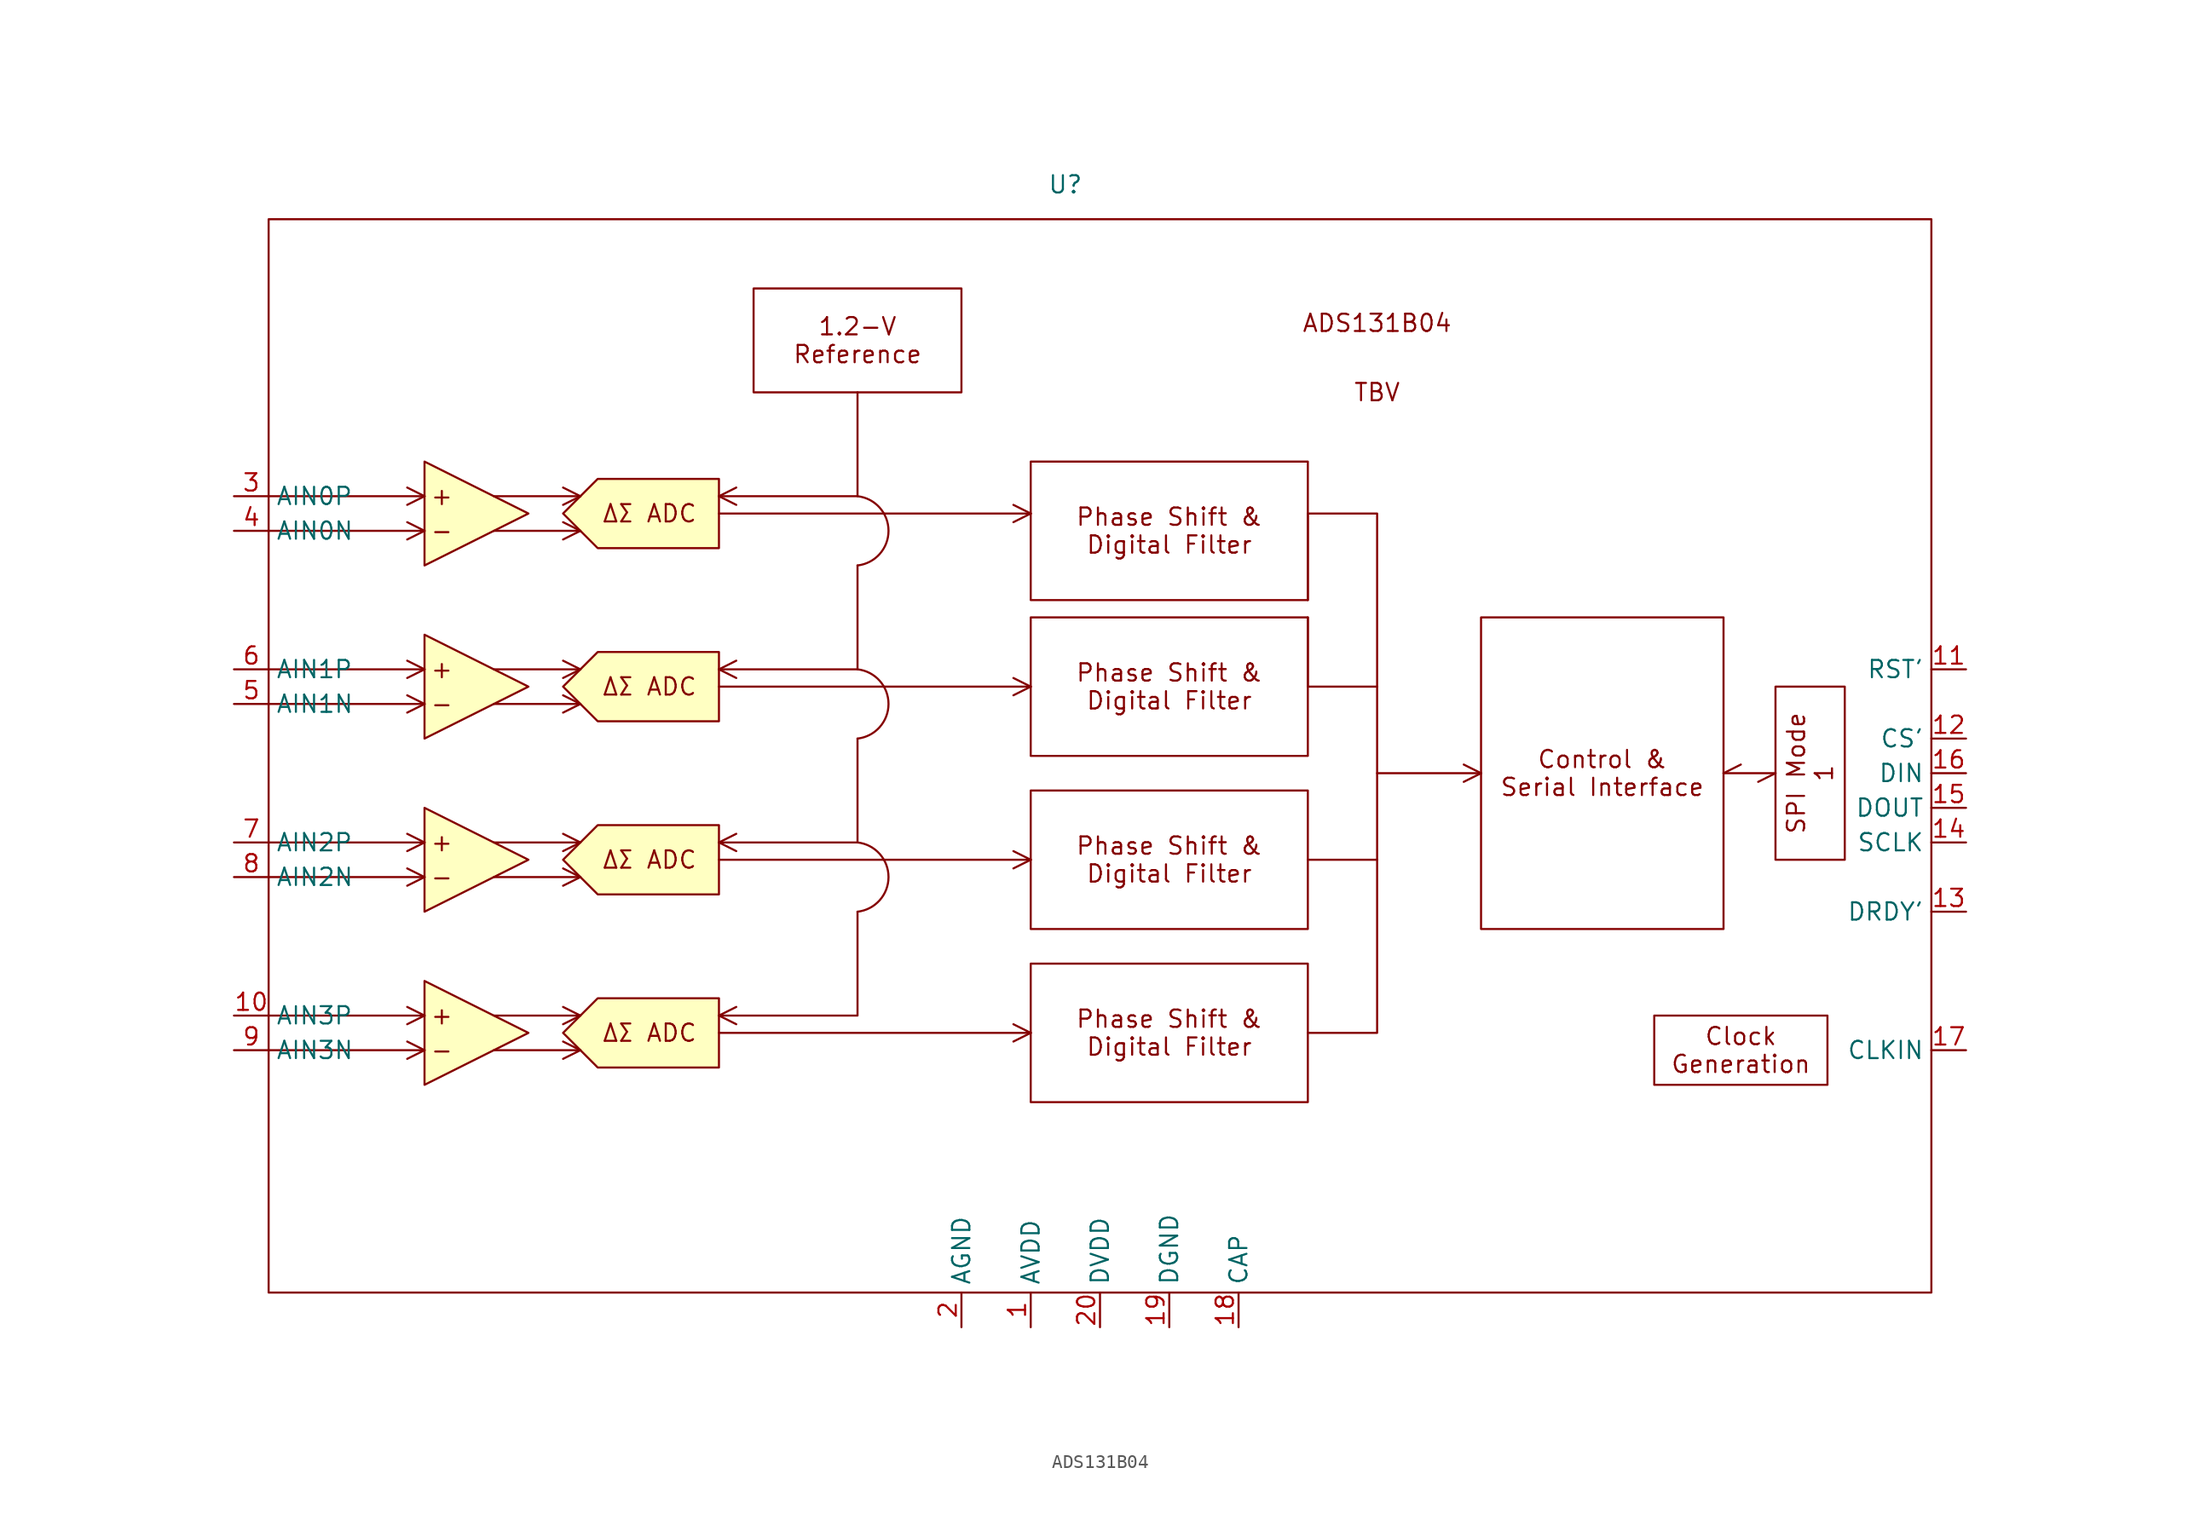
<source format=kicad_sym>
(kicad_symbol_lib
  (version 20220914)
  (generator kicad_symbol_editor)
  (symbol "ADS131B04"
    (property "Reference" "U"
      (at 30.48 30.48 0)
      (effects (font (size 1.27 1.27))))
    (property "Value" ""
      (at 91.44 -15.24 0)
      (effects (font (size 1.27 1.27))))
    (symbol "ADS131B04_0_1"
      (polyline (pts (xy 48.26 -31.75) (xy 53.34 -31.75) (xy 53.34 -19.05)) (stroke (width 0) (type default)) (fill (type none)))
      (polyline (pts (xy 48.26 -19.05) (xy 53.34 -19.05) (xy 53.34 -6.35)) (stroke (width 0) (type default)) (fill (type none))))
    (symbol "ADS131B04_1_1"
      (rectangle (start -27.94 27.94) (end 93.98 -50.8) (stroke (width 0) (type default)) (fill (type none)))
      (polyline (pts (xy -27.94 -33.02) (xy -16.51 -33.02)) (stroke (width 0) (type default)) (fill (type none)))
      (polyline (pts (xy -27.94 -30.48) (xy -16.51 -30.48)) (stroke (width 0) (type default)) (fill (type none)))
      (polyline (pts (xy -27.94 -20.32) (xy -16.51 -20.32)) (stroke (width 0) (type default)) (fill (type none)))
      (polyline (pts (xy -27.94 -17.78) (xy -16.51 -17.78)) (stroke (width 0) (type default)) (fill (type none)))
      (polyline (pts (xy -27.94 -7.62) (xy -16.51 -7.62)) (stroke (width 0) (type default)) (fill (type none)))
      (polyline (pts (xy -27.94 -5.08) (xy -16.51 -5.08)) (stroke (width 0) (type default)) (fill (type none)))
      (polyline (pts (xy -27.94 5.08) (xy -16.51 5.08)) (stroke (width 0) (type default)) (fill (type none)))
      (polyline (pts (xy -27.94 7.62) (xy -16.51 7.62)) (stroke (width 0) (type default)) (fill (type none)))
      (polyline (pts (xy -16.51 -33.02) (xy -17.78 -33.655)) (stroke (width 0) (type default)) (fill (type color) (color 0 0 0 0)))
      (polyline (pts (xy -16.51 -33.02) (xy -17.78 -32.385)) (stroke (width 0) (type default)) (fill (type color) (color 0 0 0 0)))
      (polyline (pts (xy -16.51 -30.48) (xy -17.78 -31.115)) (stroke (width 0) (type default)) (fill (type color) (color 0 0 0 0)))
      (polyline (pts (xy -16.51 -30.48) (xy -17.78 -29.845)) (stroke (width 0) (type default)) (fill (type color) (color 0 0 0 0)))
      (polyline (pts (xy -16.51 -20.32) (xy -17.78 -20.955)) (stroke (width 0) (type default)) (fill (type color) (color 0 0 0 0)))
      (polyline (pts (xy -16.51 -20.32) (xy -17.78 -19.685)) (stroke (width 0) (type default)) (fill (type color) (color 0 0 0 0)))
      (polyline (pts (xy -16.51 -17.78) (xy -17.78 -18.415)) (stroke (width 0) (type default)) (fill (type color) (color 0 0 0 0)))
      (polyline (pts (xy -16.51 -17.78) (xy -17.78 -17.145)) (stroke (width 0) (type default)) (fill (type color) (color 0 0 0 0)))
      (polyline (pts (xy -16.51 -7.62) (xy -17.78 -8.255)) (stroke (width 0) (type default)) (fill (type color) (color 0 0 0 0)))
      (polyline (pts (xy -16.51 -7.62) (xy -17.78 -6.985)) (stroke (width 0) (type default)) (fill (type color) (color 0 0 0 0)))
      (polyline (pts (xy -16.51 -5.08) (xy -17.78 -5.715)) (stroke (width 0) (type default)) (fill (type color) (color 0 0 0 0)))
      (polyline (pts (xy -16.51 -5.08) (xy -17.78 -4.445)) (stroke (width 0) (type default)) (fill (type color) (color 0 0 0 0)))
      (polyline (pts (xy -16.51 5.08) (xy -17.78 4.445)) (stroke (width 0) (type default)) (fill (type color) (color 0 0 0 0)))
      (polyline (pts (xy -16.51 5.08) (xy -17.78 5.715)) (stroke (width 0) (type default)) (fill (type color) (color 0 0 0 0)))
      (polyline (pts (xy -16.51 7.62) (xy -17.78 6.985)) (stroke (width 0) (type default)) (fill (type color) (color 0 0 0 0)))
      (polyline (pts (xy -16.51 7.62) (xy -17.78 8.255)) (stroke (width 0) (type default)) (fill (type color) (color 0 0 0 0)))
      (polyline (pts (xy -11.43 -33.02) (xy -5.08 -33.02)) (stroke (width 0) (type default)) (fill (type none)))
      (polyline (pts (xy -11.43 -30.48) (xy -5.08 -30.48)) (stroke (width 0) (type default)) (fill (type none)))
      (polyline (pts (xy -11.43 -20.32) (xy -5.08 -20.32)) (stroke (width 0) (type default)) (fill (type none)))
      (polyline (pts (xy -11.43 -17.78) (xy -5.08 -17.78)) (stroke (width 0) (type default)) (fill (type none)))
      (polyline (pts (xy -11.43 -7.62) (xy -5.08 -7.62)) (stroke (width 0) (type default)) (fill (type none)))
      (polyline (pts (xy -11.43 -5.08) (xy -5.08 -5.08)) (stroke (width 0) (type default)) (fill (type none)))
      (polyline (pts (xy -11.43 5.08) (xy -5.08 5.08)) (stroke (width 0) (type default)) (fill (type none)))
      (polyline (pts (xy -11.43 7.62) (xy -5.08 7.62)) (stroke (width 0) (type default)) (fill (type none)))
      (polyline (pts (xy -5.08 -33.02) (xy -6.35 -33.655)) (stroke (width 0) (type default)) (fill (type color) (color 0 0 0 0)))
      (polyline (pts (xy -5.08 -33.02) (xy -6.35 -32.385)) (stroke (width 0) (type default)) (fill (type color) (color 0 0 0 0)))
      (polyline (pts (xy -5.08 -30.48) (xy -6.35 -31.115)) (stroke (width 0) (type default)) (fill (type color) (color 0 0 0 0)))
      (polyline (pts (xy -5.08 -30.48) (xy -6.35 -29.845)) (stroke (width 0) (type default)) (fill (type color) (color 0 0 0 0)))
      (polyline (pts (xy -5.08 -20.32) (xy -6.35 -20.955)) (stroke (width 0) (type default)) (fill (type color) (color 0 0 0 0)))
      (polyline (pts (xy -5.08 -20.32) (xy -6.35 -19.685)) (stroke (width 0) (type default)) (fill (type color) (color 0 0 0 0)))
      (polyline (pts (xy -5.08 -17.78) (xy -6.35 -18.415)) (stroke (width 0) (type default)) (fill (type color) (color 0 0 0 0)))
      (polyline (pts (xy -5.08 -17.78) (xy -6.35 -17.145)) (stroke (width 0) (type default)) (fill (type color) (color 0 0 0 0)))
      (polyline (pts (xy -5.08 -7.62) (xy -6.35 -8.255)) (stroke (width 0) (type default)) (fill (type color) (color 0 0 0 0)))
      (polyline (pts (xy -5.08 -7.62) (xy -6.35 -6.985)) (stroke (width 0) (type default)) (fill (type color) (color 0 0 0 0)))
      (polyline (pts (xy -5.08 -5.08) (xy -6.35 -5.715)) (stroke (width 0) (type default)) (fill (type color) (color 0 0 0 0)))
      (polyline (pts (xy -5.08 -5.08) (xy -6.35 -4.445)) (stroke (width 0) (type default)) (fill (type color) (color 0 0 0 0)))
      (polyline (pts (xy -5.08 5.08) (xy -6.35 4.445)) (stroke (width 0) (type default)) (fill (type color) (color 0 0 0 0)))
      (polyline (pts (xy -5.08 5.08) (xy -6.35 5.715)) (stroke (width 0) (type default)) (fill (type color) (color 0 0 0 0)))
      (polyline (pts (xy -5.08 7.62) (xy -6.35 6.985)) (stroke (width 0) (type default)) (fill (type color) (color 0 0 0 0)))
      (polyline (pts (xy -5.08 7.62) (xy -6.35 8.255)) (stroke (width 0) (type default)) (fill (type color) (color 0 0 0 0)))
      (polyline (pts (xy 5.08 -31.75) (xy 27.94 -31.75)) (stroke (width 0) (type default)) (fill (type color) (color 0 0 0 0)))
      (polyline (pts (xy 5.08 -30.48) (xy 6.35 -31.115)) (stroke (width 0) (type default)) (fill (type color) (color 0 0 0 0)))
      (polyline (pts (xy 5.08 -30.48) (xy 6.35 -29.845)) (stroke (width 0) (type default)) (fill (type color) (color 0 0 0 0)))
      (polyline (pts (xy 5.08 -19.05) (xy 27.94 -19.05)) (stroke (width 0) (type default)) (fill (type color) (color 0 0 0 0)))
      (polyline (pts (xy 5.08 -17.78) (xy 6.35 -18.415)) (stroke (width 0) (type default)) (fill (type color) (color 0 0 0 0)))
      (polyline (pts (xy 5.08 -17.78) (xy 6.35 -17.145)) (stroke (width 0) (type default)) (fill (type color) (color 0 0 0 0)))
      (polyline (pts (xy 5.08 -6.35) (xy 27.94 -6.35)) (stroke (width 0) (type default)) (fill (type color) (color 0 0 0 0)))
      (polyline (pts (xy 5.08 -5.08) (xy 6.35 -5.715)) (stroke (width 0) (type default)) (fill (type color) (color 0 0 0 0)))
      (polyline (pts (xy 5.08 -5.08) (xy 6.35 -4.445)) (stroke (width 0) (type default)) (fill (type color) (color 0 0 0 0)))
      (polyline (pts (xy 5.08 6.35) (xy 27.94 6.35)) (stroke (width 0) (type default)) (fill (type color) (color 0 0 0 0)))
      (polyline (pts (xy 5.08 7.62) (xy 6.35 6.985)) (stroke (width 0) (type default)) (fill (type color) (color 0 0 0 0)))
      (polyline (pts (xy 5.08 7.62) (xy 6.35 8.255)) (stroke (width 0) (type default)) (fill (type color) (color 0 0 0 0)))
      (polyline (pts (xy 27.94 -31.75) (xy 26.67 -32.385)) (stroke (width 0) (type default)) (fill (type color) (color 0 0 0 0)))
      (polyline (pts (xy 27.94 -31.75) (xy 26.67 -31.115)) (stroke (width 0) (type default)) (fill (type color) (color 0 0 0 0)))
      (polyline (pts (xy 27.94 -19.05) (xy 26.67 -19.685)) (stroke (width 0) (type default)) (fill (type color) (color 0 0 0 0)))
      (polyline (pts (xy 27.94 -19.05) (xy 26.67 -18.415)) (stroke (width 0) (type default)) (fill (type color) (color 0 0 0 0)))
      (polyline (pts (xy 27.94 -6.35) (xy 26.67 -6.985)) (stroke (width 0) (type default)) (fill (type color) (color 0 0 0 0)))
      (polyline (pts (xy 27.94 -6.35) (xy 26.67 -5.715)) (stroke (width 0) (type default)) (fill (type color) (color 0 0 0 0)))
      (polyline (pts (xy 27.94 6.35) (xy 26.67 5.715)) (stroke (width 0) (type default)) (fill (type color) (color 0 0 0 0)))
      (polyline (pts (xy 27.94 6.35) (xy 26.67 6.985)) (stroke (width 0) (type default)) (fill (type color) (color 0 0 0 0)))
      (polyline (pts (xy 48.26 -1.27) (xy 48.26 -6.35)) (stroke (width 0) (type default)) (fill (type color) (color 0 0 0 0)))
      (polyline (pts (xy 48.26 6.35) (xy 48.26 0)) (stroke (width 0) (type default)) (fill (type color) (color 0 0 0 0)))
      (polyline (pts (xy 53.34 -12.7) (xy 60.96 -12.7)) (stroke (width 0) (type default)) (fill (type color) (color 0 0 0 0)))
      (polyline (pts (xy 60.96 -12.7) (xy 59.69 -13.335)) (stroke (width 0) (type default)) (fill (type color) (color 0 0 0 0)))
      (polyline (pts (xy 60.96 -12.7) (xy 59.69 -12.065)) (stroke (width 0) (type default)) (fill (type color) (color 0 0 0 0)))
      (polyline (pts (xy 78.74 -12.7) (xy 80.01 -12.065)) (stroke (width 0) (type default)) (fill (type color) (color 0 0 0 0)))
      (polyline (pts (xy 82.55 -12.7) (xy 78.74 -12.7)) (stroke (width 0) (type default)) (fill (type color) (color 0 0 0 0)))
      (polyline (pts (xy 82.55 -12.7) (xy 81.28 -13.335)) (stroke (width 0) (type default)) (fill (type color) (color 0 0 0 0)))
      (polyline (pts (xy 15.24 -22.86) (xy 15.24 -30.48) (xy 5.08 -30.48)) (stroke (width 0) (type default)) (fill (type color) (color 0 0 0 0)))
      (polyline (pts (xy 15.24 -10.16) (xy 15.24 -17.78) (xy 5.08 -17.78)) (stroke (width 0) (type default)) (fill (type color) (color 0 0 0 0)))
      (polyline (pts (xy 15.24 2.54) (xy 15.24 -5.08) (xy 5.08 -5.08)) (stroke (width 0) (type default)) (fill (type color) (color 0 0 0 0)))
      (polyline (pts (xy 15.24 15.24) (xy 15.24 7.62) (xy 5.08 7.62)) (stroke (width 0) (type default)) (fill (type color) (color 0 0 0 0)))
      (polyline (pts (xy -16.51 -35.56) (xy -8.89 -31.75) (xy -16.51 -27.94) (xy -16.51 -35.56)) (stroke (width 0) (type default)) (fill (type background)))
      (polyline (pts (xy -16.51 -22.86) (xy -8.89 -19.05) (xy -16.51 -15.24) (xy -16.51 -22.86)) (stroke (width 0) (type default)) (fill (type background)))
      (polyline (pts (xy -16.51 -10.16) (xy -8.89 -6.35) (xy -16.51 -2.54) (xy -16.51 -10.16)) (stroke (width 0) (type default)) (fill (type background)))
      (polyline (pts (xy -16.51 2.54) (xy -8.89 6.35) (xy -16.51 10.16) (xy -16.51 2.54)) (stroke (width 0) (type default)) (fill (type background)))
      (polyline (pts (xy 48.26 6.35) (xy 53.34 6.35) (xy 53.34 -6.35) (xy 48.26 -6.35)) (stroke (width 0) (type default)) (fill (type color) (color 0 0 0 0)))
      (polyline (pts (xy -6.35 -31.75) (xy -3.81 -29.21) (xy 5.08 -29.21) (xy 5.08 -34.29) (xy -3.81 -34.29) (xy -6.35 -31.75)) (stroke (width 0) (type default)) (fill (type background)))
      (polyline (pts (xy -6.35 -19.05) (xy -3.81 -16.51) (xy 5.08 -16.51) (xy 5.08 -21.59) (xy -3.81 -21.59) (xy -6.35 -19.05)) (stroke (width 0) (type default)) (fill (type background)))
      (polyline (pts (xy -6.35 -6.35) (xy -3.81 -3.81) (xy 5.08 -3.81) (xy 5.08 -8.89) (xy -3.81 -8.89) (xy -6.35 -6.35)) (stroke (width 0) (type default)) (fill (type background)))
      (polyline (pts (xy -6.35 6.35) (xy -3.81 8.89) (xy 5.08 8.89) (xy 5.08 3.81) (xy -3.81 3.81) (xy -6.35 6.35)) (stroke (width 0) (type default)) (fill (type background)))
      (arc (start 15.24 -22.86) (mid 17.5127 -20.32) (end 15.24 -17.78) (stroke (width 0) (type default)) (fill (type color) (color 0 0 0 0)))
      (arc (start 15.24 -10.16) (mid 17.5127 -7.62) (end 15.24 -5.08) (stroke (width 0) (type default)) (fill (type color) (color 0 0 0 0)))
      (arc (start 15.24 2.54) (mid 17.5127 5.08) (end 15.24 7.62) (stroke (width 0) (type default)) (fill (type color) (color 0 0 0 0)))
      (text "+" (at -15.24 -30.48 0) (effects (font (size 1.27 1.27))))
      (text "+" (at -15.24 -17.78 0) (effects (font (size 1.27 1.27))))
      (text "+" (at -15.24 -5.08 0) (effects (font (size 1.27 1.27))))
      (text "+" (at -15.24 7.62 0) (effects (font (size 1.27 1.27))))
      (text "-" (at -15.24 -33.02 0) (effects (font (size 1.27 1.27))))
      (text "-" (at -15.24 -20.32 0) (effects (font (size 1.27 1.27))))
      (text "-" (at -15.24 -7.62 0) (effects (font (size 1.27 1.27))))
      (text "-" (at -15.24 5.08 0) (effects (font (size 1.27 1.27))))
      (text "ADS131B04" (at 53.34 20.32 0) (effects (font (size 1.27 1.27))))
      (text "TBV" (at 53.34 15.24 0) (effects (font (size 1.27 1.27))))
      (text "ΔΣ ADC" (at 0 -31.75 0) (effects (font (size 1.27 1.27))))
      (text "ΔΣ ADC" (at 0 -19.05 0) (effects (font (size 1.27 1.27))))
      (text "ΔΣ ADC" (at 0 -6.35 0) (effects (font (size 1.27 1.27))))
      (text "ΔΣ ADC" (at 0 6.35 0) (effects (font (size 1.27 1.27))))
      (text_box "1.2-V\nReference" (at 7.62 22.86 0) (size 15.24 -7.62) (stroke (width 0) (type default)) (fill (type color) (color 0 0 0 0)) (effects (font (size 1.27 1.27))))
      (text_box "Clock\nGeneration" (at 73.66 -30.48 0) (size 12.7 -5.08) (stroke (width 0) (type default)) (fill (type color) (color 0 0 0 0)) (effects (font (size 1.27 1.27))))
      (text_box "Control &\nSerial Interface" (at 60.96 -1.27 0) (size 17.78 -22.86) (stroke (width 0) (type default)) (fill (type color) (color 0 0 0 0)) (effects (font (size 1.27 1.27))))
      (text_box "Phase Shift &\nDigital Filter" (at 27.94 -26.67 0) (size 20.32 -10.16) (stroke (width 0) (type default)) (fill (type color) (color 0 0 0 0)) (effects (font (size 1.27 1.27))))
      (text_box "Phase Shift &\nDigital Filter" (at 27.94 -13.97 0) (size 20.32 -10.16) (stroke (width 0) (type default)) (fill (type color) (color 0 0 0 0)) (effects (font (size 1.27 1.27))))
      (text_box "Phase Shift &\nDigital Filter" (at 27.94 -1.27 0) (size 20.32 -10.16) (stroke (width 0) (type default)) (fill (type color) (color 0 0 0 0)) (effects (font (size 1.27 1.27))))
      (text_box "Phase Shift &\nDigital Filter" (at 27.94 10.16 0) (size 20.32 -10.16) (stroke (width 0) (type default)) (fill (type color) (color 0 0 0 0)) (effects (font (size 1.27 1.27))))
      (text_box "SPI Mode 1" (at 82.55 -6.35 90) (size 5.08 -12.7) (stroke (width 0) (type default)) (fill (type color) (color 0 0 0 0)) (effects (font (size 1.27 1.27))))
      (pin input line (at 27.94 -53.34 90) (length 2.54) (name "AVDD" (effects (font (size 1.27 1.27)))) (number "1" (effects (font (size 1.27 1.27)))))
      (pin input line (at -30.48 -30.48 0) (length 2.54) (name "AIN3P" (effects (font (size 1.27 1.27)))) (number "10" (effects (font (size 1.27 1.27)))))
      (pin input line (at 96.52 -5.08 180) (length 2.54) (name "RST'" (effects (font (size 1.27 1.27)))) (number "11" (effects (font (size 1.27 1.27)))))
      (pin input line (at 96.52 -10.16 180) (length 2.54) (name "CS'" (effects (font (size 1.27 1.27)))) (number "12" (effects (font (size 1.27 1.27)))))
      (pin input line (at 96.52 -22.86 180) (length 2.54) (name "DRDY'" (effects (font (size 1.27 1.27)))) (number "13" (effects (font (size 1.27 1.27)))))
      (pin input line (at 96.52 -17.78 180) (length 2.54) (name "SCLK" (effects (font (size 1.27 1.27)))) (number "14" (effects (font (size 1.27 1.27)))))
      (pin input line (at 96.52 -15.24 180) (length 2.54) (name "DOUT" (effects (font (size 1.27 1.27)))) (number "15" (effects (font (size 1.27 1.27)))))
      (pin input line (at 96.52 -12.7 180) (length 2.54) (name "DIN" (effects (font (size 1.27 1.27)))) (number "16" (effects (font (size 1.27 1.27)))))
      (pin input line (at 96.52 -33.02 180) (length 2.54) (name "CLKIN" (effects (font (size 1.27 1.27)))) (number "17" (effects (font (size 1.27 1.27)))))
      (pin input line (at 43.18 -53.34 90) (length 2.54) (name "CAP" (effects (font (size 1.27 1.27)))) (number "18" (effects (font (size 1.27 1.27)))))
      (pin input line (at 38.1 -53.34 90) (length 2.54) (name "DGND" (effects (font (size 1.27 1.27)))) (number "19" (effects (font (size 1.27 1.27)))))
      (pin input line (at 22.86 -53.34 90) (length 2.54) (name "AGND" (effects (font (size 1.27 1.27)))) (number "2" (effects (font (size 1.27 1.27)))))
      (pin input line (at 33.02 -53.34 90) (length 2.54) (name "DVDD" (effects (font (size 1.27 1.27)))) (number "20" (effects (font (size 1.27 1.27)))))
      (pin input line (at -30.48 7.62 0) (length 2.54) (name "AIN0P" (effects (font (size 1.27 1.27)))) (number "3" (effects (font (size 1.27 1.27)))))
      (pin input line (at -30.48 5.08 0) (length 2.54) (name "AIN0N" (effects (font (size 1.27 1.27)))) (number "4" (effects (font (size 1.27 1.27)))))
      (pin input line (at -30.48 -7.62 0) (length 2.54) (name "AIN1N" (effects (font (size 1.27 1.27)))) (number "5" (effects (font (size 1.27 1.27)))))
      (pin input line (at -30.48 -5.08 0) (length 2.54) (name "AIN1P" (effects (font (size 1.27 1.27)))) (number "6" (effects (font (size 1.27 1.27)))))
      (pin input line (at -30.48 -17.78 0) (length 2.54) (name "AIN2P" (effects (font (size 1.27 1.27)))) (number "7" (effects (font (size 1.27 1.27)))))
      (pin input line (at -30.48 -20.32 0) (length 2.54) (name "AIN2N" (effects (font (size 1.27 1.27)))) (number "8" (effects (font (size 1.27 1.27)))))
      (pin input line (at -30.48 -33.02 0) (length 2.54) (name "AIN3N" (effects (font (size 1.27 1.27)))) (number "9" (effects (font (size 1.27 1.27))))))))
</source>
